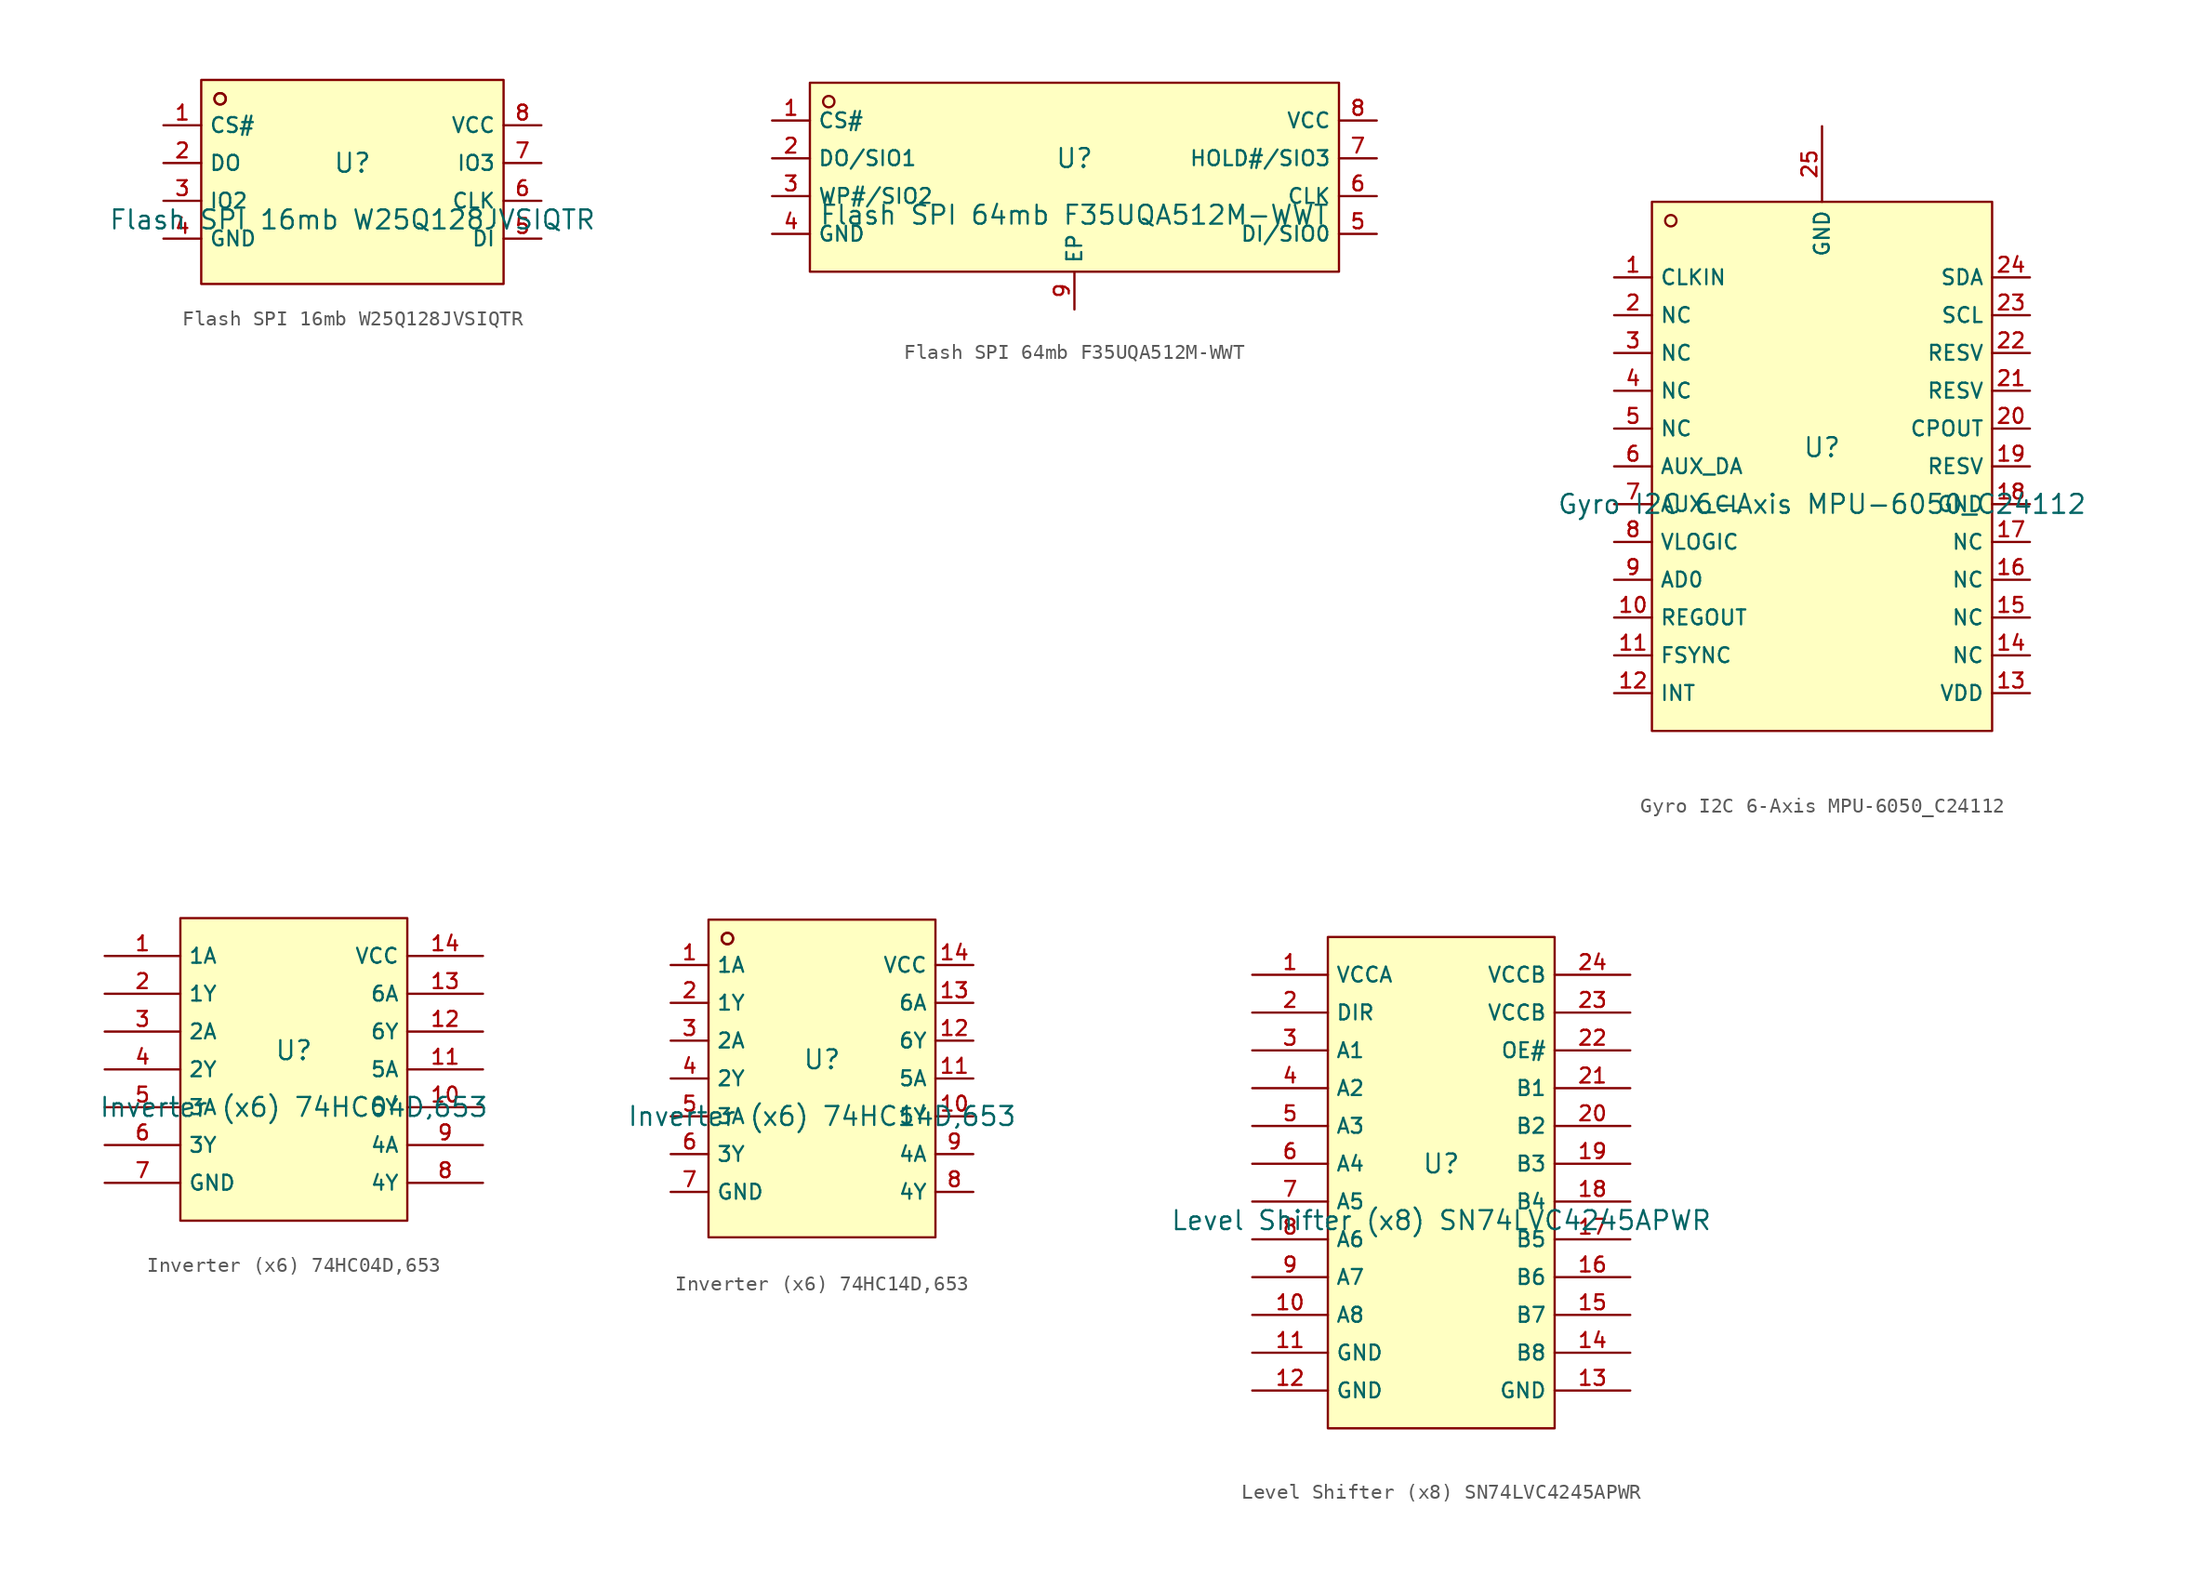
<source format=kicad_sym>
(kicad_symbol_lib
  (version 20220914)
  (generator kicad_symbol_editor)
  (symbol "Flash SPI 16mb W25Q128JVSIQTR"
    (property "Reference" "U"
      (at 0 1.27 0)
      (effects (font (size 1.27 1.27))))
    (property "Value" "Flash SPI 16mb W25Q128JVSIQTR"
      (at 0 -2.54 0)
      (effects (font (size 1.27 1.27))))
    (symbol "Flash SPI 16mb W25Q128JVSIQTR_0_1"
      (rectangle (start -10.16 6.858) (end 10.16 -6.858) (stroke (width 0) (type default)) (fill (type background)))
      (circle (center -8.89 5.588) (radius 0.381) (stroke (width 0) (type default)) (fill (type background)))
      (circle (center -8.89 5.588) (radius 0.381) (stroke (width 0) (type default)) (fill (type background)))
      (pin unspecified line (at -12.7 3.81 0) (length 2.54) (name "CS#" (effects (font (size 1 1)))) (number "1" (effects (font (size 1 1)))))
      (pin unspecified line (at -12.7 1.27 0) (length 2.54) (name "DO" (effects (font (size 1 1)))) (number "2" (effects (font (size 1 1)))))
      (pin unspecified line (at -12.7 -1.27 0) (length 2.54) (name "IO2" (effects (font (size 1 1)))) (number "3" (effects (font (size 1 1)))))
      (pin unspecified line (at -12.7 -3.81 0) (length 2.54) (name "GND" (effects (font (size 1 1)))) (number "4" (effects (font (size 1 1)))))
      (pin unspecified line (at 12.7 -3.81 180) (length 2.54) (name "DI" (effects (font (size 1 1)))) (number "5" (effects (font (size 1 1)))))
      (pin unspecified line (at 12.7 -1.27 180) (length 2.54) (name "CLK" (effects (font (size 1 1)))) (number "6" (effects (font (size 1 1)))))
      (pin unspecified line (at 12.7 1.27 180) (length 2.54) (name "IO3" (effects (font (size 1 1)))) (number "7" (effects (font (size 1 1)))))
      (pin unspecified line (at 12.7 3.81 180) (length 2.54) (name "VCC" (effects (font (size 1 1)))) (number "8" (effects (font (size 1 1)))))))
  (symbol "Flash SPI 64mb F35UQA512M-WWT"
    (property "Reference" "U"
      (at 0 1.27 0)
      (effects (font (size 1.27 1.27))))
    (property "Value" "Flash SPI 64mb F35UQA512M-WWT"
      (at 0 -2.54 0)
      (effects (font (size 1.27 1.27))))
    (symbol "Flash SPI 64mb F35UQA512M-WWT_0_1"
      (rectangle (start -17.78 6.35) (end 17.78 -6.35) (stroke (width 0) (type default)) (fill (type background)))
      (circle (center -16.51 5.08) (radius 0.381) (stroke (width 0) (type default)) (fill (type background)))
      (pin unspecified line (at -20.32 3.81 0) (length 2.54) (name "CS#" (effects (font (size 1 1)))) (number "1" (effects (font (size 1 1)))))
      (pin unspecified line (at -20.32 1.27 0) (length 2.54) (name "DO/SIO1" (effects (font (size 1 1)))) (number "2" (effects (font (size 1 1)))))
      (pin unspecified line (at -20.32 -1.27 0) (length 2.54) (name "WP#/SIO2" (effects (font (size 1 1)))) (number "3" (effects (font (size 1 1)))))
      (pin unspecified line (at -20.32 -3.81 0) (length 2.54) (name "GND" (effects (font (size 1 1)))) (number "4" (effects (font (size 1 1)))))
      (pin unspecified line (at 20.32 -3.81 180) (length 2.54) (name "DI/SIO0" (effects (font (size 1 1)))) (number "5" (effects (font (size 1 1)))))
      (pin unspecified line (at 20.32 -1.27 180) (length 2.54) (name "CLK" (effects (font (size 1 1)))) (number "6" (effects (font (size 1 1)))))
      (pin unspecified line (at 20.32 1.27 180) (length 2.54) (name "HOLD#/SIO3" (effects (font (size 1 1)))) (number "7" (effects (font (size 1 1)))))
      (pin unspecified line (at 20.32 3.81 180) (length 2.54) (name "VCC" (effects (font (size 1 1)))) (number "8" (effects (font (size 1 1)))))
      (pin unspecified line (at 0 -8.89 90) (length 2.54) (name "EP" (effects (font (size 1 1)))) (number "9" (effects (font (size 1 1)))))))
  (symbol "Gyro I2C 6-Axis MPU-6050_C24112"
    (property "Reference" "U"
      (at 0 1.27 0)
      (effects (font (size 1.27 1.27))))
    (property "Value" "Gyro I2C 6-Axis MPU-6050_C24112"
      (at 0 -2.54 0)
      (effects (font (size 1.27 1.27))))
    (symbol "Gyro I2C 6-Axis MPU-6050_C24112_0_1"
      (rectangle (start -11.43 17.78) (end 11.43 -17.78) (stroke (width 0) (type default)) (fill (type background)))
      (circle (center -10.16 16.51) (radius 0.381) (stroke (width 0) (type default)) (fill (type background)))
      (pin unspecified line (at -13.97 12.7 0) (length 2.54) (name "CLKIN" (effects (font (size 1 1)))) (number "1" (effects (font (size 1 1)))))
      (pin unspecified line (at -13.97 -10.16 0) (length 2.54) (name "REGOUT" (effects (font (size 1 1)))) (number "10" (effects (font (size 1 1)))))
      (pin unspecified line (at -13.97 -12.7 0) (length 2.54) (name "FSYNC" (effects (font (size 1 1)))) (number "11" (effects (font (size 1 1)))))
      (pin unspecified line (at -13.97 -15.24 0) (length 2.54) (name "INT" (effects (font (size 1 1)))) (number "12" (effects (font (size 1 1)))))
      (pin unspecified line (at 13.97 -15.24 180) (length 2.54) (name "VDD" (effects (font (size 1 1)))) (number "13" (effects (font (size 1 1)))))
      (pin unspecified line (at 13.97 -12.7 180) (length 2.54) (name "NC" (effects (font (size 1 1)))) (number "14" (effects (font (size 1 1)))))
      (pin unspecified line (at 13.97 -10.16 180) (length 2.54) (name "NC" (effects (font (size 1 1)))) (number "15" (effects (font (size 1 1)))))
      (pin unspecified line (at 13.97 -7.62 180) (length 2.54) (name "NC" (effects (font (size 1 1)))) (number "16" (effects (font (size 1 1)))))
      (pin unspecified line (at 13.97 -5.08 180) (length 2.54) (name "NC" (effects (font (size 1 1)))) (number "17" (effects (font (size 1 1)))))
      (pin unspecified line (at 13.97 -2.54 180) (length 2.54) (name "GND" (effects (font (size 1 1)))) (number "18" (effects (font (size 1 1)))))
      (pin unspecified line (at 13.97 0 180) (length 2.54) (name "RESV" (effects (font (size 1 1)))) (number "19" (effects (font (size 1 1)))))
      (pin unspecified line (at -13.97 10.16 0) (length 2.54) (name "NC" (effects (font (size 1 1)))) (number "2" (effects (font (size 1 1)))))
      (pin unspecified line (at 13.97 2.54 180) (length 2.54) (name "CPOUT" (effects (font (size 1 1)))) (number "20" (effects (font (size 1 1)))))
      (pin unspecified line (at 13.97 5.08 180) (length 2.54) (name "RESV" (effects (font (size 1 1)))) (number "21" (effects (font (size 1 1)))))
      (pin unspecified line (at 13.97 7.62 180) (length 2.54) (name "RESV" (effects (font (size 1 1)))) (number "22" (effects (font (size 1 1)))))
      (pin unspecified line (at 13.97 10.16 180) (length 2.54) (name "SCL" (effects (font (size 1 1)))) (number "23" (effects (font (size 1 1)))))
      (pin unspecified line (at 13.97 12.7 180) (length 2.54) (name "SDA" (effects (font (size 1 1)))) (number "24" (effects (font (size 1 1)))))
      (pin unspecified line (at 0 22.86 270) (length 5.08) (name "GND" (effects (font (size 1 1)))) (number "25" (effects (font (size 1 1)))))
      (pin unspecified line (at -13.97 7.62 0) (length 2.54) (name "NC" (effects (font (size 1 1)))) (number "3" (effects (font (size 1 1)))))
      (pin unspecified line (at -13.97 5.08 0) (length 2.54) (name "NC" (effects (font (size 1 1)))) (number "4" (effects (font (size 1 1)))))
      (pin unspecified line (at -13.97 2.54 0) (length 2.54) (name "NC" (effects (font (size 1 1)))) (number "5" (effects (font (size 1 1)))))
      (pin unspecified line (at -13.97 0 0) (length 2.54) (name "AUX_DA" (effects (font (size 1 1)))) (number "6" (effects (font (size 1 1)))))
      (pin unspecified line (at -13.97 -2.54 0) (length 2.54) (name "AUX_CL" (effects (font (size 1 1)))) (number "7" (effects (font (size 1 1)))))
      (pin unspecified line (at -13.97 -5.08 0) (length 2.54) (name "VLOGIC" (effects (font (size 1 1)))) (number "8" (effects (font (size 1 1)))))
      (pin unspecified line (at -13.97 -7.62 0) (length 2.54) (name "AD0" (effects (font (size 1 1)))) (number "9" (effects (font (size 1 1)))))))
  (symbol "Inverter (x6) 74HC04D,653"
    (property "Reference" "U"
      (at 0 1.27 0)
      (effects (font (size 1.27 1.27))))
    (property "Value" "Inverter (x6) 74HC04D,653"
      (at 0 -2.54 0)
      (effects (font (size 1.27 1.27))))
    (symbol "Inverter (x6) 74HC04D,653_0_1"
      (rectangle (start -7.62 10.16) (end 7.62 -10.16) (stroke (width 0) (type default)) (fill (type background)))
      (pin unspecified line (at -12.7 7.62 0) (length 5.08) (name "1A" (effects (font (size 1 1)))) (number "1" (effects (font (size 1 1)))))
      (pin unspecified line (at 12.7 -2.54 180) (length 5.08) (name "5Y" (effects (font (size 1 1)))) (number "10" (effects (font (size 1 1)))))
      (pin unspecified line (at 12.7 0 180) (length 5.08) (name "5A" (effects (font (size 1 1)))) (number "11" (effects (font (size 1 1)))))
      (pin unspecified line (at 12.7 2.54 180) (length 5.08) (name "6Y" (effects (font (size 1 1)))) (number "12" (effects (font (size 1 1)))))
      (pin unspecified line (at 12.7 5.08 180) (length 5.08) (name "6A" (effects (font (size 1 1)))) (number "13" (effects (font (size 1 1)))))
      (pin unspecified line (at 12.7 7.62 180) (length 5.08) (name "VCC" (effects (font (size 1 1)))) (number "14" (effects (font (size 1 1)))))
      (pin unspecified line (at -12.7 5.08 0) (length 5.08) (name "1Y" (effects (font (size 1 1)))) (number "2" (effects (font (size 1 1)))))
      (pin unspecified line (at -12.7 2.54 0) (length 5.08) (name "2A" (effects (font (size 1 1)))) (number "3" (effects (font (size 1 1)))))
      (pin unspecified line (at -12.7 0 0) (length 5.08) (name "2Y" (effects (font (size 1 1)))) (number "4" (effects (font (size 1 1)))))
      (pin unspecified line (at -12.7 -2.54 0) (length 5.08) (name "3A" (effects (font (size 1 1)))) (number "5" (effects (font (size 1 1)))))
      (pin unspecified line (at -12.7 -5.08 0) (length 5.08) (name "3Y" (effects (font (size 1 1)))) (number "6" (effects (font (size 1 1)))))
      (pin unspecified line (at -12.7 -7.62 0) (length 5.08) (name "GND" (effects (font (size 1 1)))) (number "7" (effects (font (size 1 1)))))
      (pin unspecified line (at 12.7 -7.62 180) (length 5.08) (name "4Y" (effects (font (size 1 1)))) (number "8" (effects (font (size 1 1)))))
      (pin unspecified line (at 12.7 -5.08 180) (length 5.08) (name "4A" (effects (font (size 1 1)))) (number "9" (effects (font (size 1 1)))))))
  (symbol "Inverter (x6) 74HC14D,653"
    (property "Reference" "U"
      (at 0 1.27 0)
      (effects (font (size 1.27 1.27))))
    (property "Value" "Inverter (x6) 74HC14D,653"
      (at 0 -2.54 0)
      (effects (font (size 1.27 1.27))))
    (symbol "Inverter (x6) 74HC14D,653_0_1"
      (rectangle (start -7.62 10.668) (end 7.62 -10.668) (stroke (width 0) (type default)) (fill (type background)))
      (circle (center -6.35 9.398) (radius 0.381) (stroke (width 0) (type default)) (fill (type background)))
      (circle (center -6.35 9.398) (radius 0.381) (stroke (width 0) (type default)) (fill (type background)))
      (pin unspecified line (at -10.16 7.62 0) (length 2.54) (name "1A" (effects (font (size 1 1)))) (number "1" (effects (font (size 1 1)))))
      (pin unspecified line (at 10.16 -2.54 180) (length 2.54) (name "5Y" (effects (font (size 1 1)))) (number "10" (effects (font (size 1 1)))))
      (pin unspecified line (at 10.16 0 180) (length 2.54) (name "5A" (effects (font (size 1 1)))) (number "11" (effects (font (size 1 1)))))
      (pin unspecified line (at 10.16 2.54 180) (length 2.54) (name "6Y" (effects (font (size 1 1)))) (number "12" (effects (font (size 1 1)))))
      (pin unspecified line (at 10.16 5.08 180) (length 2.54) (name "6A" (effects (font (size 1 1)))) (number "13" (effects (font (size 1 1)))))
      (pin unspecified line (at 10.16 7.62 180) (length 2.54) (name "VCC" (effects (font (size 1 1)))) (number "14" (effects (font (size 1 1)))))
      (pin unspecified line (at -10.16 5.08 0) (length 2.54) (name "1Y" (effects (font (size 1 1)))) (number "2" (effects (font (size 1 1)))))
      (pin unspecified line (at -10.16 2.54 0) (length 2.54) (name "2A" (effects (font (size 1 1)))) (number "3" (effects (font (size 1 1)))))
      (pin unspecified line (at -10.16 0 0) (length 2.54) (name "2Y" (effects (font (size 1 1)))) (number "4" (effects (font (size 1 1)))))
      (pin unspecified line (at -10.16 -2.54 0) (length 2.54) (name "3A" (effects (font (size 1 1)))) (number "5" (effects (font (size 1 1)))))
      (pin unspecified line (at -10.16 -5.08 0) (length 2.54) (name "3Y" (effects (font (size 1 1)))) (number "6" (effects (font (size 1 1)))))
      (pin unspecified line (at -10.16 -7.62 0) (length 2.54) (name "GND" (effects (font (size 1 1)))) (number "7" (effects (font (size 1 1)))))
      (pin unspecified line (at 10.16 -7.62 180) (length 2.54) (name "4Y" (effects (font (size 1 1)))) (number "8" (effects (font (size 1 1)))))
      (pin unspecified line (at 10.16 -5.08 180) (length 2.54) (name "4A" (effects (font (size 1 1)))) (number "9" (effects (font (size 1 1)))))))
  (symbol "Level Shifter (x8) SN74LVC4245APWR"
    (property "Reference" "U"
      (at 0 1.27 0)
      (effects (font (size 1.27 1.27))))
    (property "Value" "Level Shifter (x8) SN74LVC4245APWR"
      (at 0 -2.54 0)
      (effects (font (size 1.27 1.27))))
    (symbol "Level Shifter (x8) SN74LVC4245APWR_0_1"
      (rectangle (start -7.62 16.51) (end 7.62 -16.51) (stroke (width 0) (type default)) (fill (type background)))
      (pin unspecified line (at -12.7 13.97 0) (length 5.08) (name "VCCA" (effects (font (size 1 1)))) (number "1" (effects (font (size 1 1)))))
      (pin unspecified line (at -12.7 -8.89 0) (length 5.08) (name "A8" (effects (font (size 1 1)))) (number "10" (effects (font (size 1 1)))))
      (pin unspecified line (at -12.7 -11.43 0) (length 5.08) (name "GND" (effects (font (size 1 1)))) (number "11" (effects (font (size 1 1)))))
      (pin unspecified line (at -12.7 -13.97 0) (length 5.08) (name "GND" (effects (font (size 1 1)))) (number "12" (effects (font (size 1 1)))))
      (pin unspecified line (at 12.7 -13.97 180) (length 5.08) (name "GND" (effects (font (size 1 1)))) (number "13" (effects (font (size 1 1)))))
      (pin unspecified line (at 12.7 -11.43 180) (length 5.08) (name "B8" (effects (font (size 1 1)))) (number "14" (effects (font (size 1 1)))))
      (pin unspecified line (at 12.7 -8.89 180) (length 5.08) (name "B7" (effects (font (size 1 1)))) (number "15" (effects (font (size 1 1)))))
      (pin unspecified line (at 12.7 -6.35 180) (length 5.08) (name "B6" (effects (font (size 1 1)))) (number "16" (effects (font (size 1 1)))))
      (pin unspecified line (at 12.7 -3.81 180) (length 5.08) (name "B5" (effects (font (size 1 1)))) (number "17" (effects (font (size 1 1)))))
      (pin unspecified line (at 12.7 -1.27 180) (length 5.08) (name "B4" (effects (font (size 1 1)))) (number "18" (effects (font (size 1 1)))))
      (pin unspecified line (at 12.7 1.27 180) (length 5.08) (name "B3" (effects (font (size 1 1)))) (number "19" (effects (font (size 1 1)))))
      (pin unspecified line (at -12.7 11.43 0) (length 5.08) (name "DIR" (effects (font (size 1 1)))) (number "2" (effects (font (size 1 1)))))
      (pin unspecified line (at 12.7 3.81 180) (length 5.08) (name "B2" (effects (font (size 1 1)))) (number "20" (effects (font (size 1 1)))))
      (pin unspecified line (at 12.7 6.35 180) (length 5.08) (name "B1" (effects (font (size 1 1)))) (number "21" (effects (font (size 1 1)))))
      (pin unspecified line (at 12.7 8.89 180) (length 5.08) (name "OE#" (effects (font (size 1 1)))) (number "22" (effects (font (size 1 1)))))
      (pin unspecified line (at 12.7 11.43 180) (length 5.08) (name "VCCB" (effects (font (size 1 1)))) (number "23" (effects (font (size 1 1)))))
      (pin unspecified line (at 12.7 13.97 180) (length 5.08) (name "VCCB" (effects (font (size 1 1)))) (number "24" (effects (font (size 1 1)))))
      (pin unspecified line (at -12.7 8.89 0) (length 5.08) (name "A1" (effects (font (size 1 1)))) (number "3" (effects (font (size 1 1)))))
      (pin unspecified line (at -12.7 6.35 0) (length 5.08) (name "A2" (effects (font (size 1 1)))) (number "4" (effects (font (size 1 1)))))
      (pin unspecified line (at -12.7 3.81 0) (length 5.08) (name "A3" (effects (font (size 1 1)))) (number "5" (effects (font (size 1 1)))))
      (pin unspecified line (at -12.7 1.27 0) (length 5.08) (name "A4" (effects (font (size 1 1)))) (number "6" (effects (font (size 1 1)))))
      (pin unspecified line (at -12.7 -1.27 0) (length 5.08) (name "A5" (effects (font (size 1 1)))) (number "7" (effects (font (size 1 1)))))
      (pin unspecified line (at -12.7 -3.81 0) (length 5.08) (name "A6" (effects (font (size 1 1)))) (number "8" (effects (font (size 1 1)))))
      (pin unspecified line (at -12.7 -6.35 0) (length 5.08) (name "A7" (effects (font (size 1 1)))) (number "9" (effects (font (size 1 1))))))))
</source>
